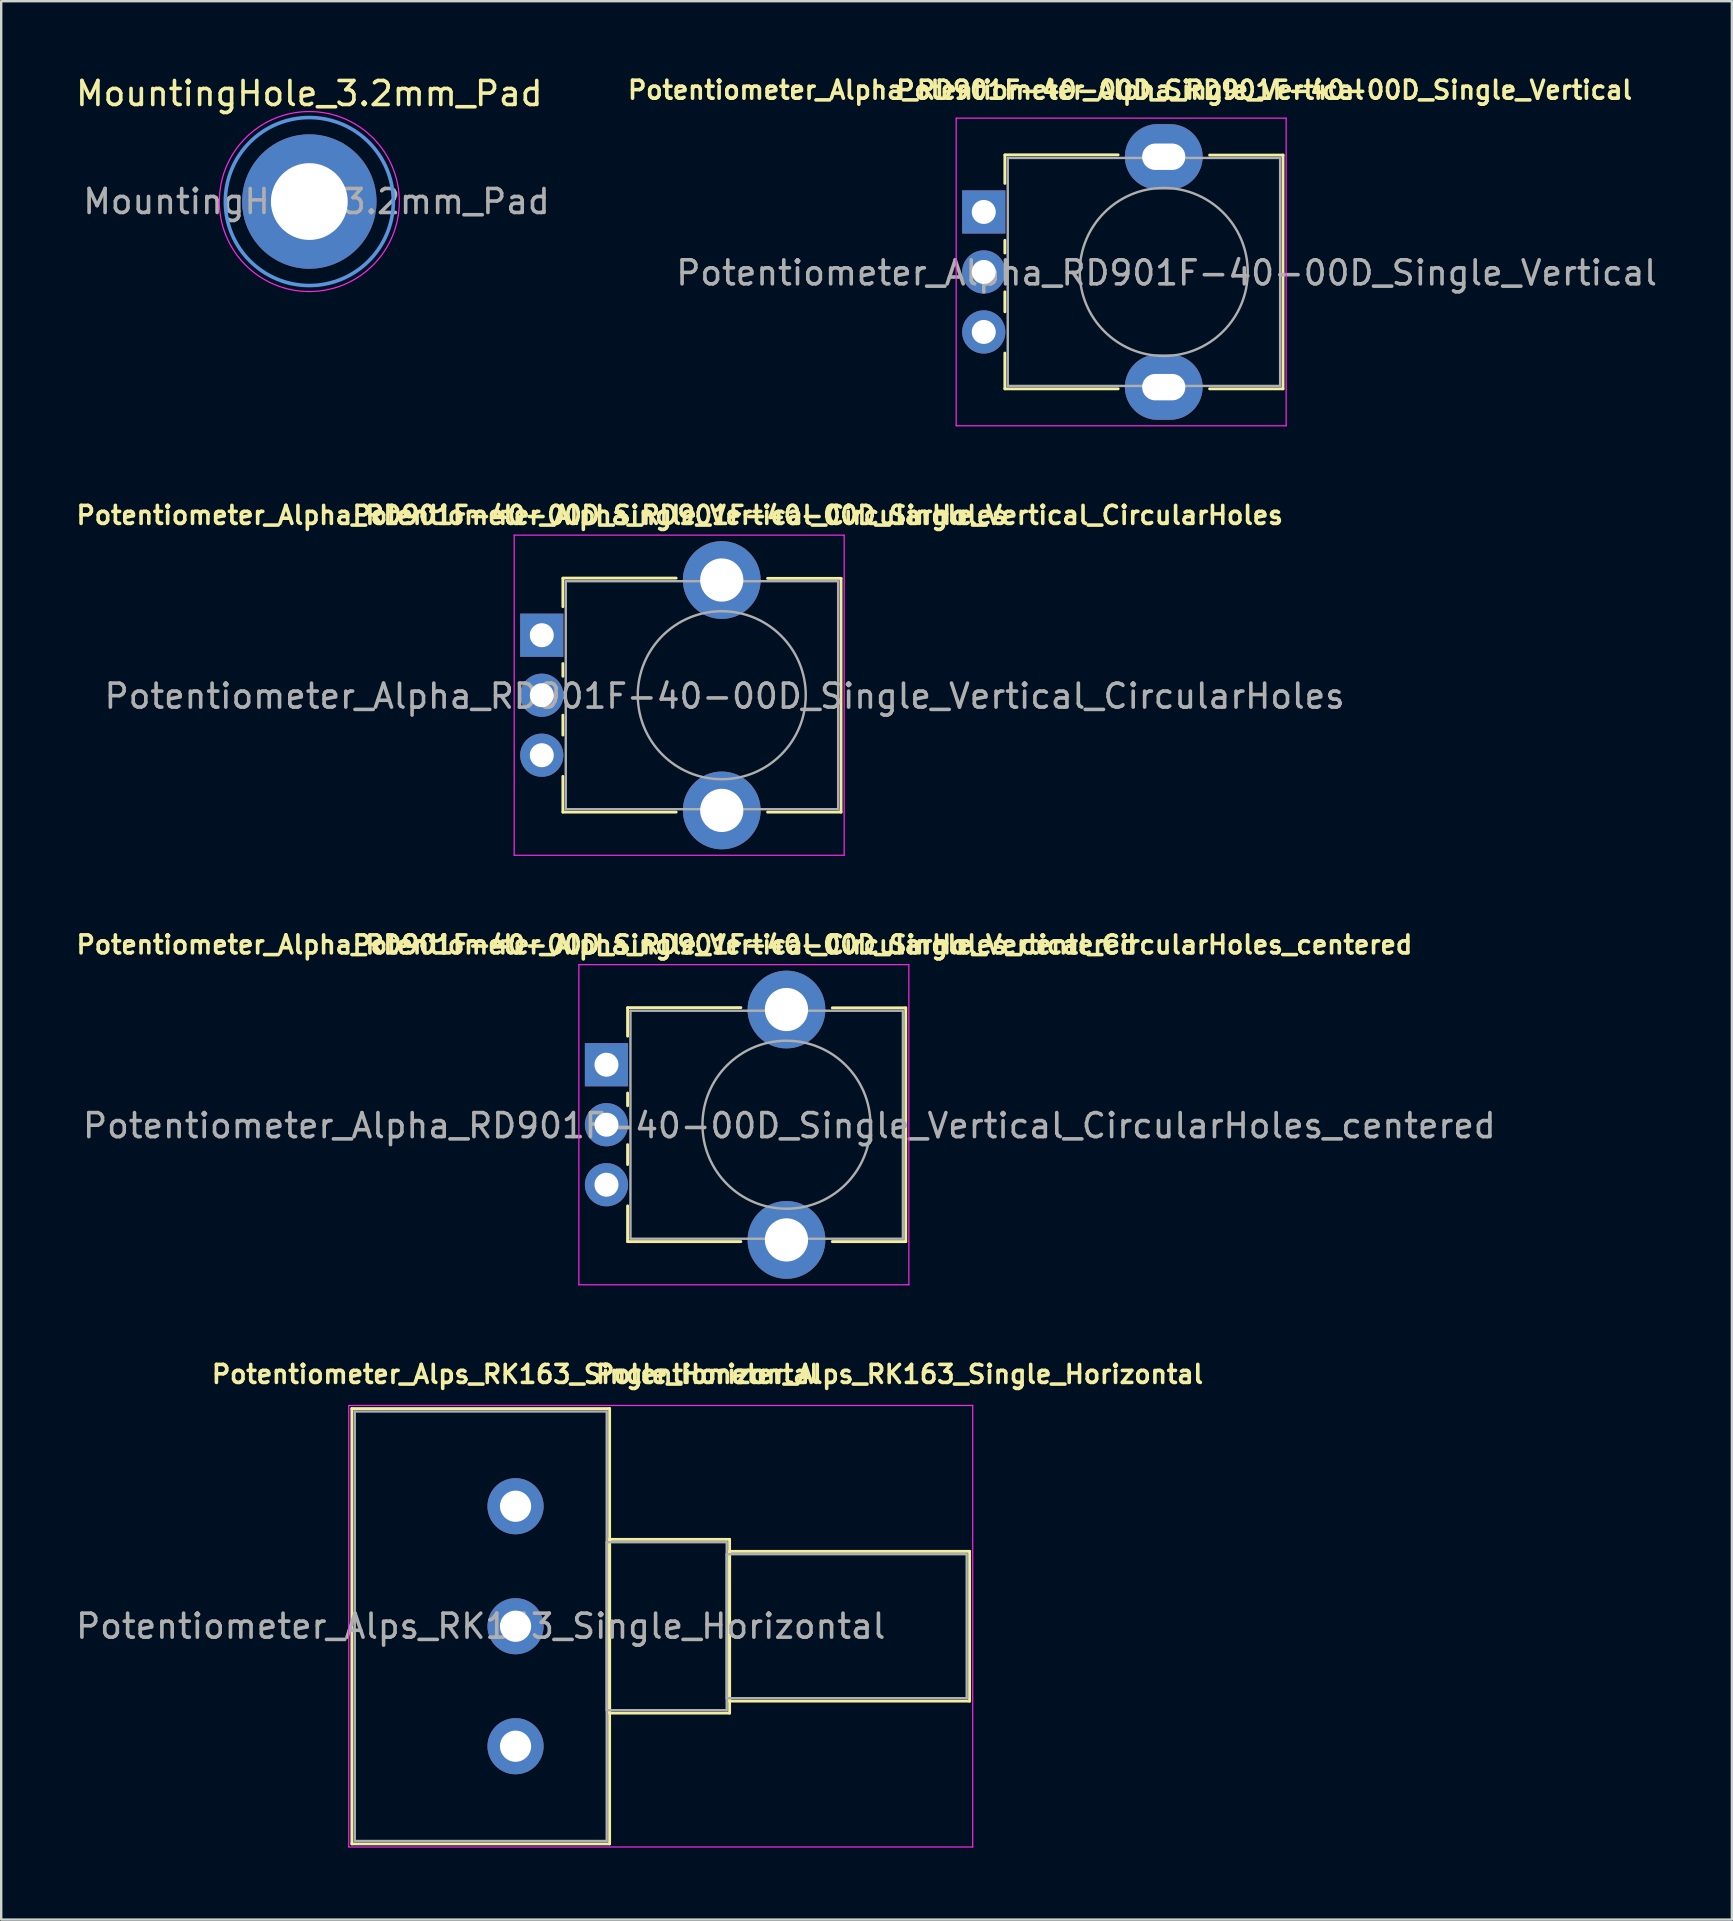
<source format=kicad_pcb>
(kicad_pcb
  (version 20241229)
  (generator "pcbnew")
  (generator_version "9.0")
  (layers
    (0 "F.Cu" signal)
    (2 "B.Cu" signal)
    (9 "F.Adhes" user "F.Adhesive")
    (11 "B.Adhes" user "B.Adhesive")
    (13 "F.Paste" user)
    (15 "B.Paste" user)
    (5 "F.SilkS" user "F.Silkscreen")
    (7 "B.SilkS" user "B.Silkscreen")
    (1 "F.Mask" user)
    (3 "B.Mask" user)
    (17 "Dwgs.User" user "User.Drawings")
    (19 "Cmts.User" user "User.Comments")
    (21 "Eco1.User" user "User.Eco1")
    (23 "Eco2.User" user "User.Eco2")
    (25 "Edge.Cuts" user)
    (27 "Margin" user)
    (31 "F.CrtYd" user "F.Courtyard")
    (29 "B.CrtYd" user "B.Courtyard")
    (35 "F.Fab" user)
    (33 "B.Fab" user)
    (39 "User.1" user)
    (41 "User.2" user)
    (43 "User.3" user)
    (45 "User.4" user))
  (footprint "Potentiometer_Alpha_RD901F-40-00D_Single_Vertical_CircularHoles"
    (layer "F.Cu")
    (at 19.525 23.419)
    (property "Reference" "Potentiometer_Alpha_RD901F-40-00D_Single_Vertical_CircularHoles" (at 0 -5 180) (layer "F.SilkS") (effects (font (size 0.75 0.75) (thickness 0.15))))
    (property "Value" "Potentiometer_Alpha_RD901F-40-00D_Single_Vertical_CircularHoles" (at 0 10.11 180) (layer "F.Fab") (hide yes) (effects (font (size 1 1) (thickness 0.15))))
    (attr through_hole)
    (fp_line (start 0.88 -2.38) (end 5.6 -2.38) (stroke (width 0.12) (type solid)) (layer "F.SilkS"))
    (fp_line (start 0.88 -1.19) (end 0.88 -2.37) (stroke (width 0.12) (type solid)) (layer "F.SilkS"))
    (fp_line (start 0.88 1.71) (end 0.88 1.18) (stroke (width 0.12) (type solid)) (layer "F.SilkS"))
    (fp_line (start 0.88 4.16) (end 0.88 3.33) (stroke (width 0.12) (type solid)) (layer "F.SilkS"))
    (fp_line (start 0.88 7.37) (end 0.88 5.88) (stroke (width 0.12) (type solid)) (layer "F.SilkS"))
    (fp_line (start 0.88 7.37) (end 5.6 7.37) (stroke (width 0.12) (type solid)) (layer "F.SilkS"))
    (fp_line (start 9.41 -2.37) (end 12.47 -2.37) (stroke (width 0.12) (type solid)) (layer "F.SilkS"))
    (fp_line (start 9.41 7.37) (end 12.47 7.37) (stroke (width 0.12) (type solid)) (layer "F.SilkS"))
    (fp_line (start 12.47 7.37) (end 12.47 -2.37) (stroke (width 0.12) (type solid)) (layer "F.SilkS"))
    (fp_line (start -1.15 -4.17) (end -1.15 9.17) (stroke (width 0.05) (type solid)) (layer "F.CrtYd"))
    (fp_line (start -1.15 9.17) (end 12.6 9.17) (stroke (width 0.05) (type solid)) (layer "F.CrtYd"))
    (fp_line (start 12.6 -4.17) (end -1.15 -4.17) (stroke (width 0.05) (type solid)) (layer "F.CrtYd"))
    (fp_line (start 12.6 9.17) (end 12.6 -4.17) (stroke (width 0.05) (type solid)) (layer "F.CrtYd"))
    (fp_line (start 1 -2.25) (end 12.35 -2.25) (stroke (width 0.1) (type solid)) (layer "F.Fab"))
    (fp_line (start 1 7.25) (end 1 -2.25) (stroke (width 0.1) (type solid)) (layer "F.Fab"))
    (fp_line (start 1 7.25) (end 12.35 7.25) (stroke (width 0.1) (type solid)) (layer "F.Fab"))
    (fp_line (start 12.35 7.25) (end 12.35 -2.25) (stroke (width 0.1) (type solid)) (layer "F.Fab"))
    (fp_circle (center 7.5 2.5) (end 7.5 -1) (stroke (width 0.1) (type solid)) (fill no) (layer "F.Fab"))
    (fp_text user "${VALUE}" (at 11.5 -5 0) (layer "F.SilkS") (effects (font (size 0.75 0.75) (thickness 0.15))))
    (fp_text user "${REFERENCE}" (at 7.62 2.54 0) (layer "F.Fab") (effects (font (size 1 1) (thickness 0.15))))
    (pad "" thru_hole circle (at 7.5 -2.3 90) (size 3.24 3.24) (drill 1.8) (layers "*.Cu" "*.Mask"))
    (pad "" thru_hole circle (at 7.5 7.3 90) (size 3.24 3.24) (drill 1.8) (layers "*.Cu" "*.Mask"))
    (pad "1" thru_hole rect (at 0 0 90) (size 1.8 1.8) (drill 1) (layers "*.Cu" "*.Mask"))
    (pad "2" thru_hole circle (at 0 2.5 90) (size 1.8 1.8) (drill 1) (layers "*.Cu" "*.Mask"))
    (pad "3" thru_hole circle (at 0 5 90) (size 1.8 1.8) (drill 1) (layers "*.Cu" "*.Mask")))
  (footprint "MountingHole_3.2mm_Pad"
    (layer "F.Cu")
    (at 9.839 5.348)
    (property "Reference" "MountingHole_3.2mm_Pad" (at 0 -4.5 0) (layer "F.SilkS") (effects (font (size 1 1) (thickness 0.15))))
    (attr exclude_from_pos_files exclude_from_bom)
    (fp_circle (center 0 0) (end 3.5 0) (stroke (width 0.15) (type solid)) (fill no) (layer "Cmts.User"))
    (fp_circle (center 0 0) (end 3.75 0) (stroke (width 0.05) (type solid)) (fill no) (layer "F.CrtYd"))
    (fp_text user "${REFERENCE}" (at 0.3 0 0) (layer "F.Fab") (effects (font (size 1 1) (thickness 0.15))))
    (pad "1" thru_hole circle (at 0 0) (size 5.6 5.6) (drill 3.2) (layers "*.Cu" "*.Mask")))
  (footprint "Potentiometer_Alpha_RD901F-40-00D_Single_Vertical"
    (layer "F.Cu")
    (at 37.942 5.782)
    (property "Reference" "Potentiometer_Alpha_RD901F-40-00D_Single_Vertical" (at 0.508 -5.08 180) (layer "F.SilkS") (effects (font (size 0.75 0.75) (thickness 0.15))))
    (property "Value" "Potentiometer_Alpha_RD901F-40-00D_Single_Vertical" (at 0 9.86 180) (layer "F.Fab") (hide yes) (effects (font (size 1 1) (thickness 0.15))))
    (attr through_hole)
    (fp_line (start 0.88 -2.38) (end 5.6 -2.38) (stroke (width 0.12) (type solid)) (layer "F.SilkS"))
    (fp_line (start 0.88 -1.19) (end 0.88 -2.37) (stroke (width 0.12) (type solid)) (layer "F.SilkS"))
    (fp_line (start 0.88 1.71) (end 0.88 1.18) (stroke (width 0.12) (type solid)) (layer "F.SilkS"))
    (fp_line (start 0.88 4.16) (end 0.88 3.33) (stroke (width 0.12) (type solid)) (layer "F.SilkS"))
    (fp_line (start 0.88 7.37) (end 0.88 5.88) (stroke (width 0.12) (type solid)) (layer "F.SilkS"))
    (fp_line (start 0.88 7.37) (end 5.6 7.37) (stroke (width 0.12) (type solid)) (layer "F.SilkS"))
    (fp_line (start 9.41 -2.37) (end 12.47 -2.37) (stroke (width 0.12) (type solid)) (layer "F.SilkS"))
    (fp_line (start 9.41 7.37) (end 12.47 7.37) (stroke (width 0.12) (type solid)) (layer "F.SilkS"))
    (fp_line (start 12.47 7.37) (end 12.47 -2.37) (stroke (width 0.12) (type solid)) (layer "F.SilkS"))
    (fp_line (start -1.15 -3.91) (end -1.15 8.91) (stroke (width 0.05) (type solid)) (layer "F.CrtYd"))
    (fp_line (start -1.15 8.91) (end 12.6 8.91) (stroke (width 0.05) (type solid)) (layer "F.CrtYd"))
    (fp_line (start 12.6 -3.91) (end -1.15 -3.91) (stroke (width 0.05) (type solid)) (layer "F.CrtYd"))
    (fp_line (start 12.6 8.91) (end 12.6 -3.91) (stroke (width 0.05) (type solid)) (layer "F.CrtYd"))
    (fp_line (start 1 -2.25) (end 12.35 -2.25) (stroke (width 0.1) (type solid)) (layer "F.Fab"))
    (fp_line (start 1 7.25) (end 1 -2.25) (stroke (width 0.1) (type solid)) (layer "F.Fab"))
    (fp_line (start 1 7.25) (end 12.35 7.25) (stroke (width 0.1) (type solid)) (layer "F.Fab"))
    (fp_line (start 12.35 7.25) (end 12.35 -2.25) (stroke (width 0.1) (type solid)) (layer "F.Fab"))
    (fp_circle (center 7.5 2.5) (end 7.5 -1) (stroke (width 0.1) (type solid)) (fill no) (layer "F.Fab"))
    (fp_text user "${VALUE}" (at 11.684 -5.08 0) (layer "F.SilkS") (effects (font (size 0.75 0.75) (thickness 0.15))))
    (fp_text user "${REFERENCE}" (at 7.62 2.54 0) (layer "F.Fab") (effects (font (size 1 1) (thickness 0.15))))
    (pad "" thru_hole oval (at 7.5 -2.3 90) (size 2.72 3.24) (drill oval 1.1 1.8) (layers "*.Cu" "*.Mask"))
    (pad "" thru_hole oval (at 7.5 7.3 90) (size 2.72 3.24) (drill oval 1.1 1.8) (layers "*.Cu" "*.Mask"))
    (pad "1" thru_hole rect (at 0 0 90) (size 1.8 1.8) (drill 1) (layers "*.Cu" "*.Mask"))
    (pad "2" thru_hole circle (at 0 2.5 90) (size 1.8 1.8) (drill 1) (layers "*.Cu" "*.Mask"))
    (pad "3" thru_hole circle (at 0 5 90) (size 1.8 1.8) (drill 1) (layers "*.Cu" "*.Mask")))
  (footprint "Potentiometer_Alps_RK163_Single_Horizontal"
    (layer "F.Cu")
    (at 18.432 69.713)
    (property "Reference" "Potentiometer_Alps_RK163_Single_Horizontal" (at 0 -15.5 0) (layer "F.SilkS") (effects (font (size 0.75 0.75) (thickness 0.15))))
    (property "Value" "Potentiometer_Alps_RK163_Single_Horizontal" (at 0 5.2 0) (layer "F.Fab") (hide yes) (effects (font (size 1 1) (thickness 0.15))))
    (attr through_hole)
    (fp_line (start -6.82 -14.07) (end -6.82 4.07) (stroke (width 0.12) (type solid)) (layer "F.SilkS"))
    (fp_line (start -6.82 -14.07) (end 3.92 -14.07) (stroke (width 0.12) (type solid)) (layer "F.SilkS"))
    (fp_line (start -6.82 4.07) (end 3.92 4.07) (stroke (width 0.12) (type solid)) (layer "F.SilkS"))
    (fp_line (start 3.92 -14.07) (end 3.92 4.07) (stroke (width 0.12) (type solid)) (layer "F.SilkS"))
    (fp_line (start 3.92 -8.62) (end 3.92 -1.38) (stroke (width 0.12) (type solid)) (layer "F.SilkS"))
    (fp_line (start 3.92 -8.62) (end 8.92 -8.62) (stroke (width 0.12) (type solid)) (layer "F.SilkS"))
    (fp_line (start 3.92 -1.38) (end 8.92 -1.38) (stroke (width 0.12) (type solid)) (layer "F.SilkS"))
    (fp_line (start 8.92 -8.62) (end 8.92 -1.38) (stroke (width 0.12) (type solid)) (layer "F.SilkS"))
    (fp_line (start 8.92 -8.12) (end 8.92 -1.879) (stroke (width 0.12) (type solid)) (layer "F.SilkS"))
    (fp_line (start 8.92 -8.12) (end 18.92 -8.12) (stroke (width 0.12) (type solid)) (layer "F.SilkS"))
    (fp_line (start 8.92 -1.879) (end 18.92 -1.879) (stroke (width 0.12) (type solid)) (layer "F.SilkS"))
    (fp_line (start 18.92 -8.12) (end 18.92 -1.879) (stroke (width 0.12) (type solid)) (layer "F.SilkS"))
    (fp_line (start -6.95 -14.2) (end -6.95 4.2) (stroke (width 0.05) (type solid)) (layer "F.CrtYd"))
    (fp_line (start -6.95 4.2) (end 19.05 4.2) (stroke (width 0.05) (type solid)) (layer "F.CrtYd"))
    (fp_line (start 19.05 -14.2) (end -6.95 -14.2) (stroke (width 0.05) (type solid)) (layer "F.CrtYd"))
    (fp_line (start 19.05 4.2) (end 19.05 -14.2) (stroke (width 0.05) (type solid)) (layer "F.CrtYd"))
    (fp_line (start -6.7 -13.95) (end -6.7 3.95) (stroke (width 0.1) (type solid)) (layer "F.Fab"))
    (fp_line (start -6.7 3.95) (end 3.8 3.95) (stroke (width 0.1) (type solid)) (layer "F.Fab"))
    (fp_line (start 3.8 -13.95) (end -6.7 -13.95) (stroke (width 0.1) (type solid)) (layer "F.Fab"))
    (fp_line (start 3.8 -8.5) (end 3.8 -1.5) (stroke (width 0.1) (type solid)) (layer "F.Fab"))
    (fp_line (start 3.8 -1.5) (end 8.8 -1.5) (stroke (width 0.1) (type solid)) (layer "F.Fab"))
    (fp_line (start 3.8 3.95) (end 3.8 -13.95) (stroke (width 0.1) (type solid)) (layer "F.Fab"))
    (fp_line (start 8.8 -8.5) (end 3.8 -8.5) (stroke (width 0.1) (type solid)) (layer "F.Fab"))
    (fp_line (start 8.8 -8) (end 8.8 -2) (stroke (width 0.1) (type solid)) (layer "F.Fab"))
    (fp_line (start 8.8 -2) (end 18.8 -2) (stroke (width 0.1) (type solid)) (layer "F.Fab"))
    (fp_line (start 8.8 -1.5) (end 8.8 -8.5) (stroke (width 0.1) (type solid)) (layer "F.Fab"))
    (fp_line (start 18.8 -8) (end 8.8 -8) (stroke (width 0.1) (type solid)) (layer "F.Fab"))
    (fp_line (start 18.8 -2) (end 18.8 -8) (stroke (width 0.1) (type solid)) (layer "F.Fab"))
    (fp_text user "${VALUE}" (at 16 -15.5 0) (layer "F.SilkS") (effects (font (size 0.75 0.75) (thickness 0.15))))
    (fp_text user "${REFERENCE}" (at -1.45 -5 0) (layer "F.Fab") (effects (font (size 1 1) (thickness 0.15))))
    (pad "1" thru_hole circle (at 0 0) (size 2.34 2.34) (drill 1.3) (layers "*.Cu" "*.Mask"))
    (pad "2" thru_hole circle (at 0 -5) (size 2.34 2.34) (drill 1.3) (layers "*.Cu" "*.Mask"))
    (pad "3" thru_hole circle (at 0 -10) (size 2.34 2.34) (drill 1.3) (layers "*.Cu" "*.Mask")))
  (footprint "Potentiometer_Alpha_RD901F-40-00D_Single_Vertical_CircularHoles_centered"
    (layer "F.Cu")
    (at 29.721 43.816)
    (property "Reference" "Potentiometer_Alpha_RD901F-40-00D_Single_Vertical_CircularHoles_centered" (at -7.5 -7.5 180) (layer "F.SilkS") (effects (font (size 0.75 0.75) (thickness 0.15))))
    (property "Value" "Potentiometer_Alpha_RD901F-40-00D_Single_Vertical_CircularHoles_centered" (at -7.5 7.61 180) (layer "F.Fab") (hide yes) (effects (font (size 1 1) (thickness 0.15))))
    (attr through_hole)
    (fp_line (start -6.62 -4.88) (end -1.9 -4.88) (stroke (width 0.12) (type solid)) (layer "F.SilkS"))
    (fp_line (start -6.62 -3.69) (end -6.62 -4.87) (stroke (width 0.12) (type solid)) (layer "F.SilkS"))
    (fp_line (start -6.62 -0.79) (end -6.62 -1.32) (stroke (width 0.12) (type solid)) (layer "F.SilkS"))
    (fp_line (start -6.62 1.66) (end -6.62 0.83) (stroke (width 0.12) (type solid)) (layer "F.SilkS"))
    (fp_line (start -6.62 4.87) (end -6.62 3.38) (stroke (width 0.12) (type solid)) (layer "F.SilkS"))
    (fp_line (start -6.62 4.87) (end -1.9 4.87) (stroke (width 0.12) (type solid)) (layer "F.SilkS"))
    (fp_line (start 1.91 -4.87) (end 4.97 -4.87) (stroke (width 0.12) (type solid)) (layer "F.SilkS"))
    (fp_line (start 1.91 4.87) (end 4.97 4.87) (stroke (width 0.12) (type solid)) (layer "F.SilkS"))
    (fp_line (start 4.97 4.87) (end 4.97 -4.87) (stroke (width 0.12) (type solid)) (layer "F.SilkS"))
    (fp_line (start -8.65 -6.67) (end -8.65 6.67) (stroke (width 0.05) (type solid)) (layer "F.CrtYd"))
    (fp_line (start -8.65 6.67) (end 5.1 6.67) (stroke (width 0.05) (type solid)) (layer "F.CrtYd"))
    (fp_line (start 5.1 -6.67) (end -8.65 -6.67) (stroke (width 0.05) (type solid)) (layer "F.CrtYd"))
    (fp_line (start 5.1 6.67) (end 5.1 -6.67) (stroke (width 0.05) (type solid)) (layer "F.CrtYd"))
    (fp_line (start -6.5 -4.75) (end 4.85 -4.75) (stroke (width 0.1) (type solid)) (layer "F.Fab"))
    (fp_line (start -6.5 4.75) (end -6.5 -4.75) (stroke (width 0.1) (type solid)) (layer "F.Fab"))
    (fp_line (start -6.5 4.75) (end 4.85 4.75) (stroke (width 0.1) (type solid)) (layer "F.Fab"))
    (fp_line (start 4.85 4.75) (end 4.85 -4.75) (stroke (width 0.1) (type solid)) (layer "F.Fab"))
    (fp_circle (center 0 0) (end 0 -3.5) (stroke (width 0.1) (type solid)) (fill no) (layer "F.Fab"))
    (fp_text user "${VALUE}" (at 4 -7.5 0) (layer "F.SilkS") (effects (font (size 0.75 0.75) (thickness 0.15))))
    (fp_text user "${REFERENCE}" (at 0.12 0.04 0) (layer "F.Fab") (effects (font (size 1 1) (thickness 0.15))))
    (pad "" thru_hole circle (at 0 -4.8 90) (size 3.24 3.24) (drill 1.8) (layers "*.Cu" "*.Mask"))
    (pad "" thru_hole circle (at 0 4.8 90) (size 3.24 3.24) (drill 1.8) (layers "*.Cu" "*.Mask"))
    (pad "1" thru_hole rect (at -7.5 -2.5 90) (size 1.8 1.8) (drill 1) (layers "*.Cu" "*.Mask"))
    (pad "2" thru_hole circle (at -7.5 0 90) (size 1.8 1.8) (drill 1) (layers "*.Cu" "*.Mask"))
    (pad "3" thru_hole circle (at -7.5 2.5 90) (size 1.8 1.8) (drill 1) (layers "*.Cu" "*.Mask")))
  (gr_rect
    (start -3 -3)
    (end 69.116 76.938)
    (stroke (width 0.1) (type default))
    (fill no)
    (layer "Edge.Cuts")))
</source>
